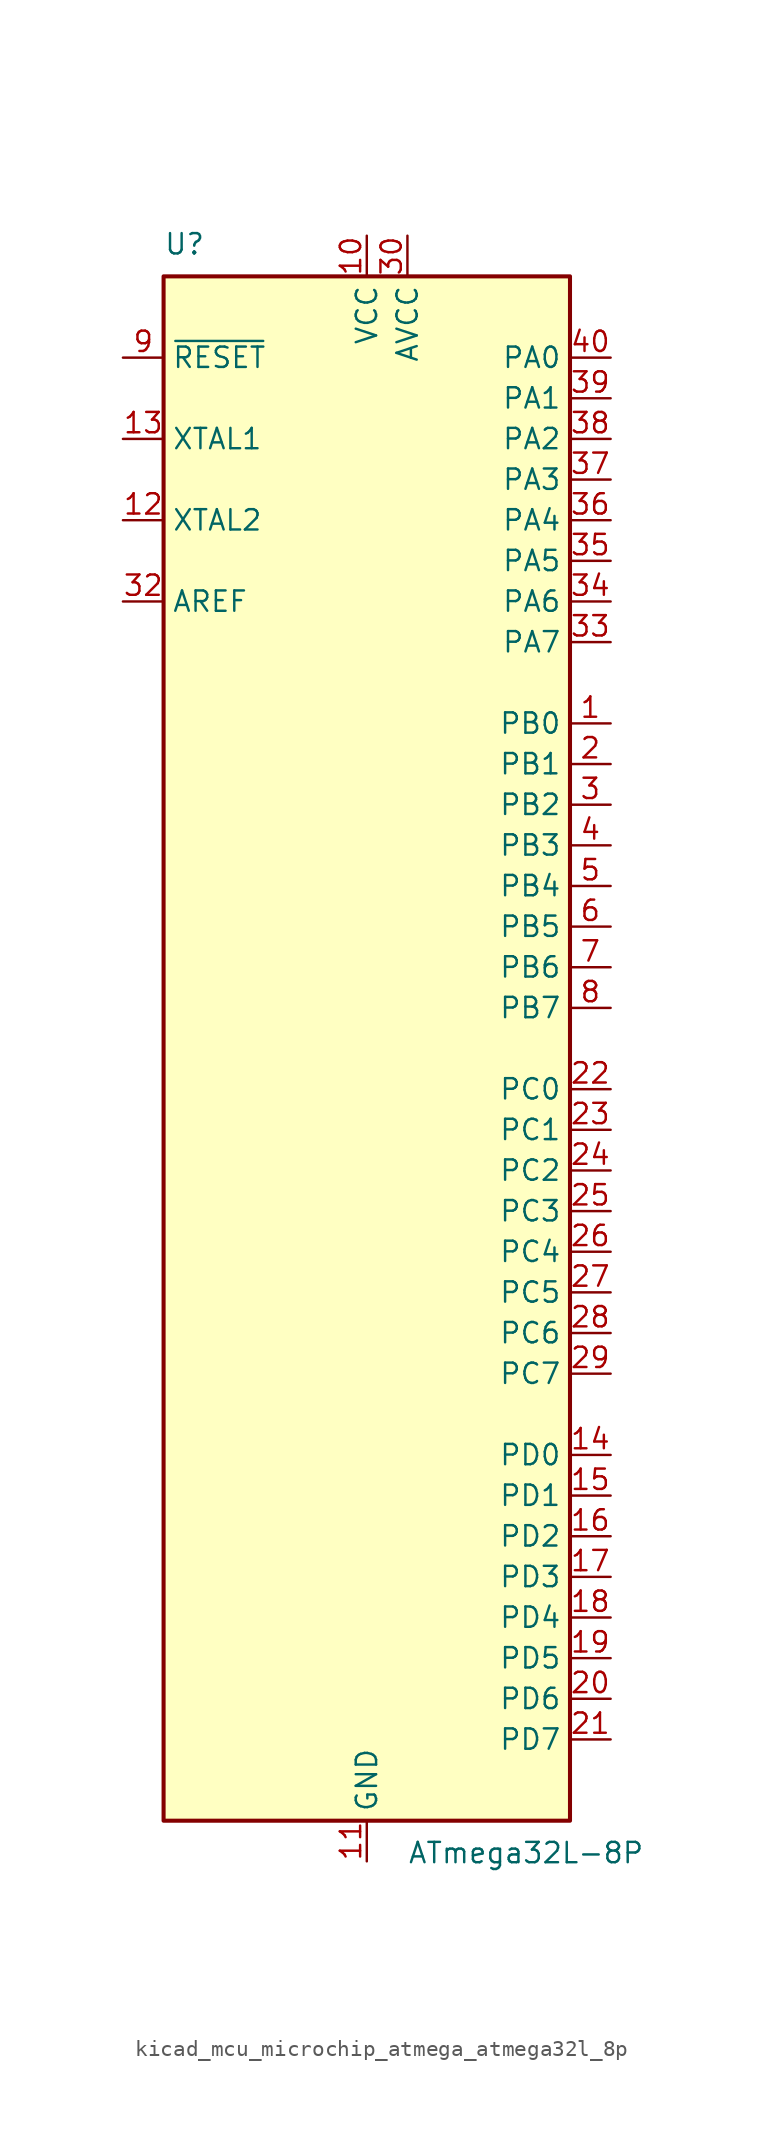
<source format=kicad_sym>
(kicad_symbol_lib
  (version 20220914)
  (generator kicad_symbol_editor)
  (symbol "kicad_mcu_microchip_atmega_atmega32l_8p"
    (property "Reference" "U"
      (at -12.7 49.53 0)
      (effects (font (size 1.27 1.27)) (justify left bottom)))
    (property "Value" "ATmega32L-8P"
      (at 2.54 -49.53 0)
      (effects (font (size 1.27 1.27)) (justify left top)))
    (symbol "kicad_mcu_microchip_atmega_atmega32l_8p_0_1"
      (rectangle (start -12.7 -48.26) (end 12.7 48.26) (stroke (width 0.254) (type default)) (fill (type background))))
    (symbol "kicad_mcu_microchip_atmega_atmega32l_8p_1_1"
      (pin bidirectional line (at 15.24 20.32 180) (length 2.54) (name "PB0" (effects (font (size 1.27 1.27)))) (number "1" (effects (font (size 1.27 1.27)))))
      (pin power_in line (at 0 50.8 270) (length 2.54) (name "VCC" (effects (font (size 1.27 1.27)))) (number "10" (effects (font (size 1.27 1.27)))))
      (pin power_in line (at 0 -50.8 90) (length 2.54) (name "GND" (effects (font (size 1.27 1.27)))) (number "11" (effects (font (size 1.27 1.27)))))
      (pin output line (at -15.24 33.02 0) (length 2.54) (name "XTAL2" (effects (font (size 1.27 1.27)))) (number "12" (effects (font (size 1.27 1.27)))))
      (pin input line (at -15.24 38.1 0) (length 2.54) (name "XTAL1" (effects (font (size 1.27 1.27)))) (number "13" (effects (font (size 1.27 1.27)))))
      (pin bidirectional line (at 15.24 -25.4 180) (length 2.54) (name "PD0" (effects (font (size 1.27 1.27)))) (number "14" (effects (font (size 1.27 1.27)))))
      (pin bidirectional line (at 15.24 -27.94 180) (length 2.54) (name "PD1" (effects (font (size 1.27 1.27)))) (number "15" (effects (font (size 1.27 1.27)))))
      (pin bidirectional line (at 15.24 -30.48 180) (length 2.54) (name "PD2" (effects (font (size 1.27 1.27)))) (number "16" (effects (font (size 1.27 1.27)))))
      (pin bidirectional line (at 15.24 -33.02 180) (length 2.54) (name "PD3" (effects (font (size 1.27 1.27)))) (number "17" (effects (font (size 1.27 1.27)))))
      (pin bidirectional line (at 15.24 -35.56 180) (length 2.54) (name "PD4" (effects (font (size 1.27 1.27)))) (number "18" (effects (font (size 1.27 1.27)))))
      (pin bidirectional line (at 15.24 -38.1 180) (length 2.54) (name "PD5" (effects (font (size 1.27 1.27)))) (number "19" (effects (font (size 1.27 1.27)))))
      (pin bidirectional line (at 15.24 17.78 180) (length 2.54) (name "PB1" (effects (font (size 1.27 1.27)))) (number "2" (effects (font (size 1.27 1.27)))))
      (pin bidirectional line (at 15.24 -40.64 180) (length 2.54) (name "PD6" (effects (font (size 1.27 1.27)))) (number "20" (effects (font (size 1.27 1.27)))))
      (pin bidirectional line (at 15.24 -43.18 180) (length 2.54) (name "PD7" (effects (font (size 1.27 1.27)))) (number "21" (effects (font (size 1.27 1.27)))))
      (pin bidirectional line (at 15.24 -2.54 180) (length 2.54) (name "PC0" (effects (font (size 1.27 1.27)))) (number "22" (effects (font (size 1.27 1.27)))))
      (pin bidirectional line (at 15.24 -5.08 180) (length 2.54) (name "PC1" (effects (font (size 1.27 1.27)))) (number "23" (effects (font (size 1.27 1.27)))))
      (pin bidirectional line (at 15.24 -7.62 180) (length 2.54) (name "PC2" (effects (font (size 1.27 1.27)))) (number "24" (effects (font (size 1.27 1.27)))))
      (pin bidirectional line (at 15.24 -10.16 180) (length 2.54) (name "PC3" (effects (font (size 1.27 1.27)))) (number "25" (effects (font (size 1.27 1.27)))))
      (pin bidirectional line (at 15.24 -12.7 180) (length 2.54) (name "PC4" (effects (font (size 1.27 1.27)))) (number "26" (effects (font (size 1.27 1.27)))))
      (pin bidirectional line (at 15.24 -15.24 180) (length 2.54) (name "PC5" (effects (font (size 1.27 1.27)))) (number "27" (effects (font (size 1.27 1.27)))))
      (pin bidirectional line (at 15.24 -17.78 180) (length 2.54) (name "PC6" (effects (font (size 1.27 1.27)))) (number "28" (effects (font (size 1.27 1.27)))))
      (pin bidirectional line (at 15.24 -20.32 180) (length 2.54) (name "PC7" (effects (font (size 1.27 1.27)))) (number "29" (effects (font (size 1.27 1.27)))))
      (pin bidirectional line (at 15.24 15.24 180) (length 2.54) (name "PB2" (effects (font (size 1.27 1.27)))) (number "3" (effects (font (size 1.27 1.27)))))
      (pin power_in line (at 2.54 50.8 270) (length 2.54) (name "AVCC" (effects (font (size 1.27 1.27)))) (number "30" (effects (font (size 1.27 1.27)))))
      (pin passive line (at 0 -50.8 90) (length 2.54) hide (name "GND" (effects (font (size 1.27 1.27)))) (number "31" (effects (font (size 1.27 1.27)))))
      (pin passive line (at -15.24 27.94 0) (length 2.54) (name "AREF" (effects (font (size 1.27 1.27)))) (number "32" (effects (font (size 1.27 1.27)))))
      (pin bidirectional line (at 15.24 25.4 180) (length 2.54) (name "PA7" (effects (font (size 1.27 1.27)))) (number "33" (effects (font (size 1.27 1.27)))))
      (pin bidirectional line (at 15.24 27.94 180) (length 2.54) (name "PA6" (effects (font (size 1.27 1.27)))) (number "34" (effects (font (size 1.27 1.27)))))
      (pin bidirectional line (at 15.24 30.48 180) (length 2.54) (name "PA5" (effects (font (size 1.27 1.27)))) (number "35" (effects (font (size 1.27 1.27)))))
      (pin bidirectional line (at 15.24 33.02 180) (length 2.54) (name "PA4" (effects (font (size 1.27 1.27)))) (number "36" (effects (font (size 1.27 1.27)))))
      (pin bidirectional line (at 15.24 35.56 180) (length 2.54) (name "PA3" (effects (font (size 1.27 1.27)))) (number "37" (effects (font (size 1.27 1.27)))))
      (pin bidirectional line (at 15.24 38.1 180) (length 2.54) (name "PA2" (effects (font (size 1.27 1.27)))) (number "38" (effects (font (size 1.27 1.27)))))
      (pin bidirectional line (at 15.24 40.64 180) (length 2.54) (name "PA1" (effects (font (size 1.27 1.27)))) (number "39" (effects (font (size 1.27 1.27)))))
      (pin bidirectional line (at 15.24 12.7 180) (length 2.54) (name "PB3" (effects (font (size 1.27 1.27)))) (number "4" (effects (font (size 1.27 1.27)))))
      (pin bidirectional line (at 15.24 43.18 180) (length 2.54) (name "PA0" (effects (font (size 1.27 1.27)))) (number "40" (effects (font (size 1.27 1.27)))))
      (pin bidirectional line (at 15.24 10.16 180) (length 2.54) (name "PB4" (effects (font (size 1.27 1.27)))) (number "5" (effects (font (size 1.27 1.27)))))
      (pin bidirectional line (at 15.24 7.62 180) (length 2.54) (name "PB5" (effects (font (size 1.27 1.27)))) (number "6" (effects (font (size 1.27 1.27)))))
      (pin bidirectional line (at 15.24 5.08 180) (length 2.54) (name "PB6" (effects (font (size 1.27 1.27)))) (number "7" (effects (font (size 1.27 1.27)))))
      (pin bidirectional line (at 15.24 2.54 180) (length 2.54) (name "PB7" (effects (font (size 1.27 1.27)))) (number "8" (effects (font (size 1.27 1.27)))))
      (pin input line (at -15.24 43.18 0) (length 2.54) (name "~{RESET}" (effects (font (size 1.27 1.27)))) (number "9" (effects (font (size 1.27 1.27))))))))
</source>
